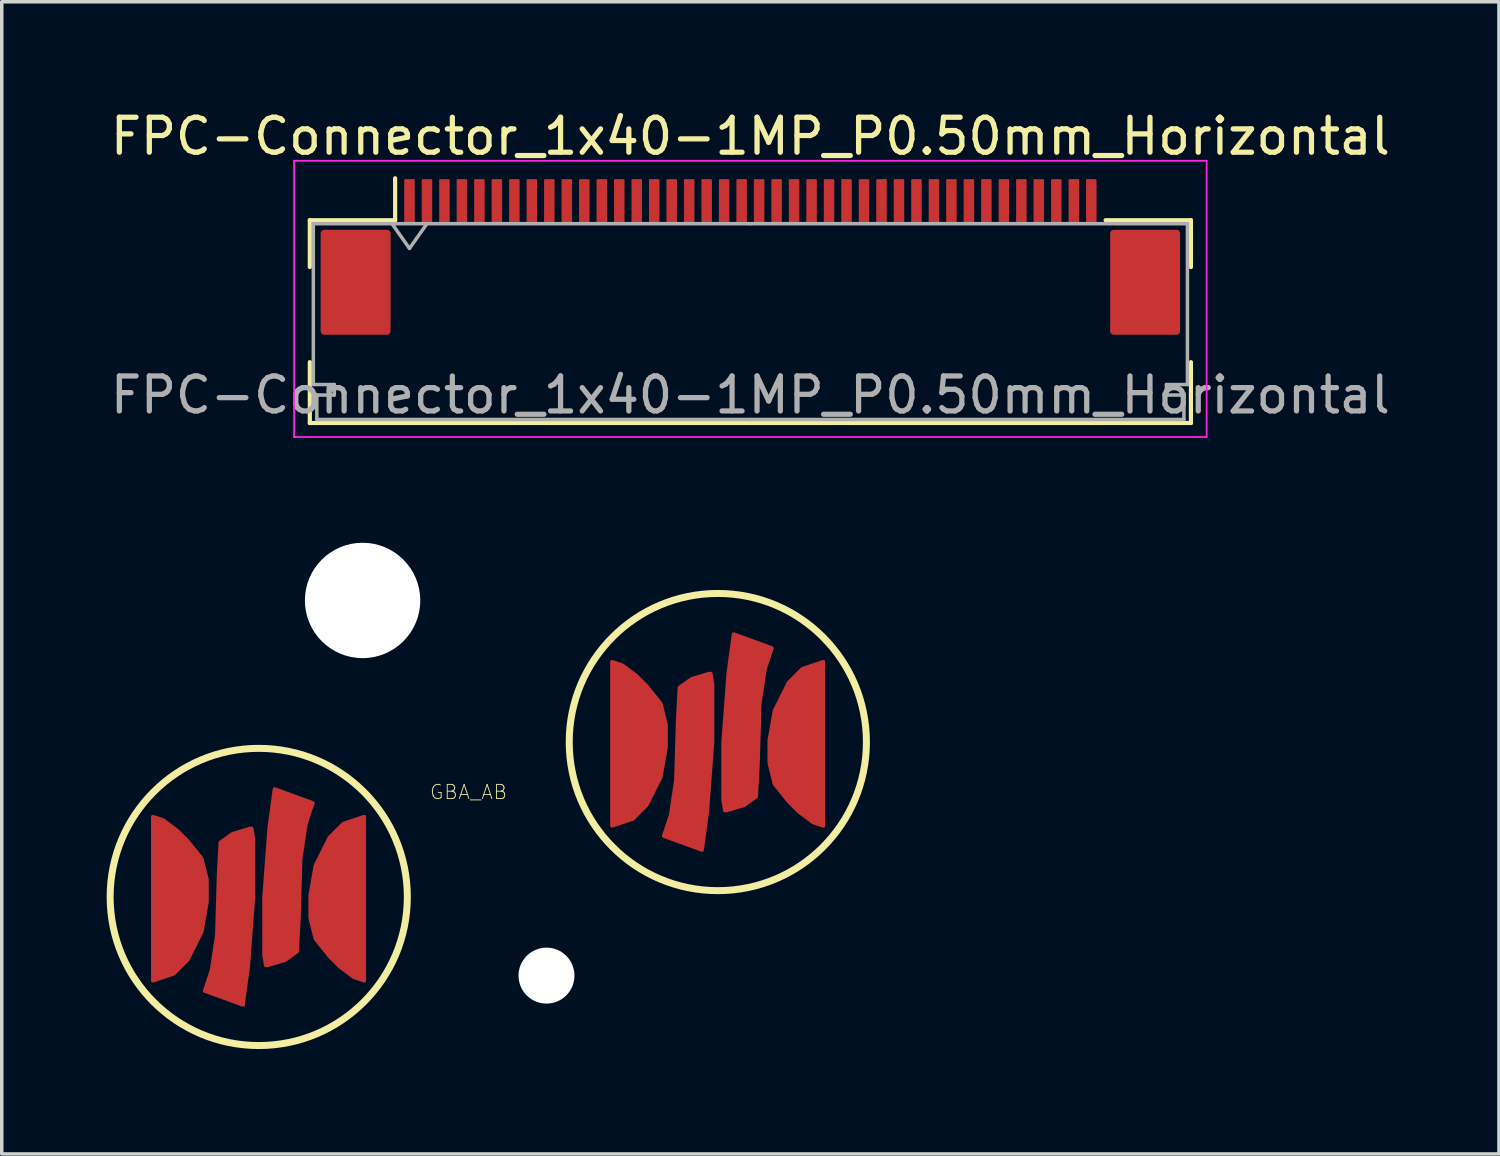
<source format=kicad_pcb>
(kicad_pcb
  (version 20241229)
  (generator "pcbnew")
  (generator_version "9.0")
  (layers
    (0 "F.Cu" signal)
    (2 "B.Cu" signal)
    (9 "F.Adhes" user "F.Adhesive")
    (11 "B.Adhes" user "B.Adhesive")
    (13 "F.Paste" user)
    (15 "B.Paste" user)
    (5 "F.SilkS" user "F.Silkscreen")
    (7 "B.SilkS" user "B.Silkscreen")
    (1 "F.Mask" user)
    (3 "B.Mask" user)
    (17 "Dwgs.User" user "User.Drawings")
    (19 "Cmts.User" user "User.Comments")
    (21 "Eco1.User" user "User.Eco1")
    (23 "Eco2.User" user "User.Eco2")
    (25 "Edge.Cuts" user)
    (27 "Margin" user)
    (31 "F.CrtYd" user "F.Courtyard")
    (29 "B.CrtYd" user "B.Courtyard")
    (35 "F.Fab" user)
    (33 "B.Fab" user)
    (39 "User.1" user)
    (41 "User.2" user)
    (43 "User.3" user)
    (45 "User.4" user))
  (footprint "GBA_AB"
    (layer "F.Cu")
    (at 4.35 22.603)
    (property "Reference" "GBA_AB" (at 6 -3 0) (layer "F.SilkS") (effects (font (size 0.406 0.406) (thickness 0.025))))
    (attr smd)
    (fp_circle (center 0 0) (end 4.25 0) (stroke (width 0.2) (type default)) (fill no) (layer "F.SilkS"))
    (fp_circle (center 13.13 -4.43) (end 17.38 -4.43) (stroke (width 0.2) (type default)) (fill no) (layer "F.SilkS"))
    (pad "" np_thru_hole circle (at 2.97 -8.48) (size 3.3 3.3) (drill 3.3) (layers "*.Cu" "*.Mask"))
    (pad "" np_thru_hole circle (at 8.23 2.25) (size 1.6 1.6) (drill 1.6) (layers "*.Cu" "*.Mask"))
    (pad "1" smd custom (at -2.33 -0.1) (size 0.6 0.6) (layers "F.Cu" "F.Mask") (options (anchor circle)) (primitives (gr_poly (pts (xy -0.3 -0.15) (xy -0.289 -0.207) (xy -0.256 -0.256) (xy -0.207 -0.289) (xy -0.15 -0.3) (xy 0.15 -0.3) (xy 0.207 -0.289) (xy 0.256 -0.256) (xy 0.289 -0.207) (xy 0.3 -0.15) (xy 0.3 0.15) (xy 0.289 0.207) (xy 0.256 0.256) (xy 0.207 0.289) (xy 0.15 0.3) (xy -0.15 0.3) (xy -0.207 0.289) (xy -0.256 0.256) (xy -0.289 0.207) (xy -0.3 0.15)) (width 0) (fill yes)) (gr_poly (pts (xy -0.7 -2.2) (xy -0.7 2.5) (xy -0.1 2.3) (xy 0.3 1.9) (xy 0.7 1.1) (xy 0.85 0.25) (xy 0.85 -0.4) (xy 0.7 -1) (xy 0.3 -1.5) (xy 0 -1.8) (xy -0.4 -2.1)) (width 0.1) (fill yes))))
    (pad "1" smd custom (at 0.65 -0.14) (size 0.6 0.6) (layers "F.Cu" "F.Mask") (options (anchor circle)) (primitives (gr_poly (pts (xy -0.3 -0.15) (xy -0.289 -0.207) (xy -0.256 -0.256) (xy -0.207 -0.289) (xy -0.15 -0.3) (xy 0.15 -0.3) (xy 0.207 -0.289) (xy 0.256 -0.256) (xy 0.289 -0.207) (xy 0.3 -0.15) (xy 0.3 0.15) (xy 0.289 0.207) (xy 0.256 0.256) (xy 0.207 0.289) (xy 0.15 0.3) (xy -0.15 0.3) (xy -0.207 0.289) (xy -0.256 0.256) (xy -0.289 0.207) (xy -0.3 0.15)) (width 0) (fill yes)) (gr_poly (pts (xy -0.4 2.1) (xy 0.1 1.95) (xy 0.45 1.7) (xy 0.5 0.75) (xy 0.55 -0.95) (xy 0.7 -1.95) (xy 0.9 -2.55) (xy -0.2 -2.95) (xy -0.35 -1.85) (xy -0.5 0.15) (xy -0.5 1.8) (xy -0.45 2.1)) (width 0.1) (fill yes))))
    (pad "2" smd custom (at 10.8 -4.53) (size 0.6 0.6) (layers "F.Cu" "F.Mask") (options (anchor circle)) (primitives (gr_poly (pts (xy -0.3 -0.15) (xy -0.289 -0.207) (xy -0.256 -0.256) (xy -0.207 -0.289) (xy -0.15 -0.3) (xy 0.15 -0.3) (xy 0.207 -0.289) (xy 0.256 -0.256) (xy 0.289 -0.207) (xy 0.3 -0.15) (xy 0.3 0.15) (xy 0.289 0.207) (xy 0.256 0.256) (xy 0.207 0.289) (xy 0.15 0.3) (xy -0.15 0.3) (xy -0.207 0.289) (xy -0.256 0.256) (xy -0.289 0.207) (xy -0.3 0.15)) (width 0) (fill yes)) (gr_poly (pts (xy -0.7 -2.2) (xy -0.7 2.5) (xy -0.1 2.3) (xy 0.3 1.9) (xy 0.7 1.1) (xy 0.85 0.25) (xy 0.85 -0.4) (xy 0.7 -1) (xy 0.3 -1.5) (xy 0 -1.8) (xy -0.4 -2.1)) (width 0.1) (fill yes))))
    (pad "2" smd custom (at 13.78 -4.57) (size 0.6 0.6) (layers "F.Cu" "F.Mask") (options (anchor circle)) (primitives (gr_poly (pts (xy -0.3 -0.15) (xy -0.289 -0.207) (xy -0.256 -0.256) (xy -0.207 -0.289) (xy -0.15 -0.3) (xy 0.15 -0.3) (xy 0.207 -0.289) (xy 0.256 -0.256) (xy 0.289 -0.207) (xy 0.3 -0.15) (xy 0.3 0.15) (xy 0.289 0.207) (xy 0.256 0.256) (xy 0.207 0.289) (xy 0.15 0.3) (xy -0.15 0.3) (xy -0.207 0.289) (xy -0.256 0.256) (xy -0.289 0.207) (xy -0.3 0.15)) (width 0) (fill yes)) (gr_poly (pts (xy -0.4 2.1) (xy 0.1 1.95) (xy 0.45 1.7) (xy 0.5 0.75) (xy 0.55 -0.95) (xy 0.7 -1.95) (xy 0.9 -2.55) (xy -0.2 -2.95) (xy -0.35 -1.85) (xy -0.5 0.15) (xy -0.5 1.8) (xy -0.45 2.1)) (width 0.1) (fill yes))))
    (pad "3" smd custom (at -0.7 -0.36) (size 0.6 0.6) (layers "F.Cu" "F.Mask") (options (anchor circle)) (primitives (gr_poly (pts (xy -0.3 -0.15) (xy -0.289 -0.207) (xy -0.256 -0.256) (xy -0.207 -0.289) (xy -0.15 -0.3) (xy 0.15 -0.3) (xy 0.207 -0.289) (xy 0.256 -0.256) (xy 0.289 -0.207) (xy 0.3 -0.15) (xy 0.3 0.15) (xy 0.289 0.207) (xy 0.256 0.256) (xy 0.207 0.289) (xy 0.15 0.3) (xy -0.15 0.3) (xy -0.207 0.289) (xy -0.256 0.256) (xy -0.289 0.207) (xy -0.3 0.15)) (width 0) (fill yes)) (gr_poly (pts (xy 0.45 -1.6) (xy -0.05 -1.45) (xy -0.4 -1.2) (xy -0.45 -0.25) (xy -0.5 1.45) (xy -0.65 2.45) (xy -0.85 3.05) (xy 0.25 3.45) (xy 0.4 2.35) (xy 0.55 0.35) (xy 0.55 -1.3) (xy 0.5 -1.6)) (width 0.1) (fill yes))))
    (pad "3" smd custom (at 2.27 0) (size 0.6 0.6) (layers "F.Cu" "F.Mask") (options (anchor circle)) (primitives (gr_poly (pts (xy -0.3 -0.15) (xy -0.289 -0.207) (xy -0.256 -0.256) (xy -0.207 -0.289) (xy -0.15 -0.3) (xy 0.15 -0.3) (xy 0.207 -0.289) (xy 0.256 -0.256) (xy 0.289 -0.207) (xy 0.3 -0.15) (xy 0.3 0.15) (xy 0.289 0.207) (xy 0.256 0.256) (xy 0.207 0.289) (xy 0.15 0.3) (xy -0.15 0.3) (xy -0.207 0.289) (xy -0.256 0.256) (xy -0.289 0.207) (xy -0.3 0.15)) (width 0) (fill yes)) (gr_poly (pts (xy 0.75 2.4) (xy 0.75 -2.3) (xy 0.15 -2.1) (xy -0.25 -1.7) (xy -0.65 -0.9) (xy -0.8 -0.05) (xy -0.8 0.6) (xy -0.65 1.2) (xy -0.25 1.7) (xy 0.05 2) (xy 0.45 2.3)) (width 0.1) (fill yes))))
    (pad "3" smd custom (at 12.43 -4.79) (size 0.6 0.6) (layers "F.Cu" "F.Mask") (options (anchor circle)) (primitives (gr_poly (pts (xy -0.3 -0.15) (xy -0.289 -0.207) (xy -0.256 -0.256) (xy -0.207 -0.289) (xy -0.15 -0.3) (xy 0.15 -0.3) (xy 0.207 -0.289) (xy 0.256 -0.256) (xy 0.289 -0.207) (xy 0.3 -0.15) (xy 0.3 0.15) (xy 0.289 0.207) (xy 0.256 0.256) (xy 0.207 0.289) (xy 0.15 0.3) (xy -0.15 0.3) (xy -0.207 0.289) (xy -0.256 0.256) (xy -0.289 0.207) (xy -0.3 0.15)) (width 0) (fill yes)) (gr_poly (pts (xy 0.45 -1.6) (xy -0.05 -1.45) (xy -0.4 -1.2) (xy -0.45 -0.25) (xy -0.5 1.45) (xy -0.65 2.45) (xy -0.85 3.05) (xy 0.25 3.45) (xy 0.4 2.35) (xy 0.55 0.35) (xy 0.55 -1.3) (xy 0.5 -1.6)) (width 0.1) (fill yes))))
    (pad "3" smd custom (at 15.4 -4.43) (size 0.6 0.6) (layers "F.Cu" "F.Mask") (options (anchor circle)) (primitives (gr_poly (pts (xy -0.3 -0.15) (xy -0.289 -0.207) (xy -0.256 -0.256) (xy -0.207 -0.289) (xy -0.15 -0.3) (xy 0.15 -0.3) (xy 0.207 -0.289) (xy 0.256 -0.256) (xy 0.289 -0.207) (xy 0.3 -0.15) (xy 0.3 0.15) (xy 0.289 0.207) (xy 0.256 0.256) (xy 0.207 0.289) (xy 0.15 0.3) (xy -0.15 0.3) (xy -0.207 0.289) (xy -0.256 0.256) (xy -0.289 0.207) (xy -0.3 0.15)) (width 0) (fill yes)) (gr_poly (pts (xy 0.75 2.4) (xy 0.75 -2.3) (xy 0.15 -2.1) (xy -0.25 -1.7) (xy -0.65 -0.9) (xy -0.8 -0.05) (xy -0.8 0.6) (xy -0.65 1.2) (xy -0.25 1.7) (xy 0.05 2) (xy 0.45 2.3)) (width 0.1) (fill yes)))))
  (footprint "FPC-Connector_1x40-1MP_P0.50mm_Horizontal"
    (layer "F.Cu")
    (at 18.411 4.548)
    (property "Reference" "FPC-Connector_1x40-1MP_P0.50mm_Horizontal" (at 0 -3.7 0) (layer "F.SilkS") (effects (font (size 1 1) (thickness 0.15))))
    (attr smd)
    (fp_line (start -12.6 -1.3) (end -12.6 0.04) (stroke (width 0.12) (type solid)) (layer "F.SilkS"))
    (fp_line (start -12.6 2.76) (end -12.6 4.5) (stroke (width 0.12) (type solid)) (layer "F.SilkS"))
    (fp_line (start -12.6 4.5) (end 12.6 4.5) (stroke (width 0.12) (type solid)) (layer "F.SilkS"))
    (fp_line (start -10.16 -1.3) (end -12.6 -1.3) (stroke (width 0.12) (type solid)) (layer "F.SilkS"))
    (fp_line (start -10.16 -1.3) (end -10.16 -2.5) (stroke (width 0.12) (type solid)) (layer "F.SilkS"))
    (fp_line (start 10.16 -1.3) (end 12.6 -1.3) (stroke (width 0.12) (type solid)) (layer "F.SilkS"))
    (fp_line (start 12.6 -1.3) (end 12.6 0.04) (stroke (width 0.12) (type solid)) (layer "F.SilkS"))
    (fp_line (start 12.6 4.5) (end 12.6 2.76) (stroke (width 0.12) (type solid)) (layer "F.SilkS"))
    (fp_line (start -13.05 -3) (end -13.05 4.9) (stroke (width 0.05) (type solid)) (layer "F.CrtYd"))
    (fp_line (start -13.05 4.9) (end 13.05 4.9) (stroke (width 0.05) (type solid)) (layer "F.CrtYd"))
    (fp_line (start 13.05 -3) (end -13.05 -3) (stroke (width 0.05) (type solid)) (layer "F.CrtYd"))
    (fp_line (start 13.05 4.9) (end 13.05 -3) (stroke (width 0.05) (type solid)) (layer "F.CrtYd"))
    (fp_line (start -12.5 -1.2) (end -12.5 3.4) (stroke (width 0.1) (type solid)) (layer "F.Fab"))
    (fp_line (start -12.5 3.4) (end -11.9 3.4) (stroke (width 0.1) (type solid)) (layer "F.Fab"))
    (fp_line (start -12.4 3.7) (end -12.4 4.4) (stroke (width 0.1) (type solid)) (layer "F.Fab"))
    (fp_line (start -12.4 4.4) (end 0 4.4) (stroke (width 0.1) (type solid)) (layer "F.Fab"))
    (fp_line (start -11.9 3.4) (end -11.9 3.7) (stroke (width 0.1) (type solid)) (layer "F.Fab"))
    (fp_line (start -11.9 3.7) (end -12.4 3.7) (stroke (width 0.1) (type solid)) (layer "F.Fab"))
    (fp_line (start -10.25 -1.2) (end -9.75 -0.493) (stroke (width 0.1) (type solid)) (layer "F.Fab"))
    (fp_line (start -9.75 -0.493) (end -9.25 -1.2) (stroke (width 0.1) (type solid)) (layer "F.Fab"))
    (fp_line (start 0 -1.2) (end -12.5 -1.2) (stroke (width 0.1) (type solid)) (layer "F.Fab"))
    (fp_line (start 0 -1.2) (end 12.5 -1.2) (stroke (width 0.1) (type solid)) (layer "F.Fab"))
    (fp_line (start 11.9 3.4) (end 11.9 3.7) (stroke (width 0.1) (type solid)) (layer "F.Fab"))
    (fp_line (start 11.9 3.7) (end 12.4 3.7) (stroke (width 0.1) (type solid)) (layer "F.Fab"))
    (fp_line (start 12.4 3.7) (end 12.4 4.4) (stroke (width 0.1) (type solid)) (layer "F.Fab"))
    (fp_line (start 12.4 4.4) (end 0 4.4) (stroke (width 0.1) (type solid)) (layer "F.Fab"))
    (fp_line (start 12.5 -1.2) (end 12.5 3.4) (stroke (width 0.1) (type solid)) (layer "F.Fab"))
    (fp_line (start 12.5 3.4) (end 11.9 3.4) (stroke (width 0.1) (type solid)) (layer "F.Fab"))
    (fp_text user "${REFERENCE}" (at 0 3.7 0) (layer "F.Fab") (effects (font (size 1 1) (thickness 0.15))))
    (pad "1" smd roundrect (at 9.75 -1.85) (size 0.3 1.25) (layers "F.Cu" "F.Mask" "F.Paste") (roundrect_rratio 0.1))
    (pad "2" smd roundrect (at 9.25 -1.85) (size 0.3 1.25) (layers "F.Cu" "F.Mask" "F.Paste") (roundrect_rratio 0.1))
    (pad "3" smd roundrect (at 8.75 -1.85) (size 0.3 1.25) (layers "F.Cu" "F.Mask" "F.Paste") (roundrect_rratio 0.1))
    (pad "4" smd roundrect (at 8.25 -1.85) (size 0.3 1.25) (layers "F.Cu" "F.Mask" "F.Paste") (roundrect_rratio 0.1))
    (pad "5" smd roundrect (at 7.75 -1.85) (size 0.3 1.25) (layers "F.Cu" "F.Mask" "F.Paste") (roundrect_rratio 0.1))
    (pad "6" smd roundrect (at 7.25 -1.85) (size 0.3 1.25) (layers "F.Cu" "F.Mask" "F.Paste") (roundrect_rratio 0.1))
    (pad "7" smd roundrect (at 6.75 -1.85) (size 0.3 1.25) (layers "F.Cu" "F.Mask" "F.Paste") (roundrect_rratio 0.1))
    (pad "8" smd roundrect (at 6.25 -1.85) (size 0.3 1.25) (layers "F.Cu" "F.Mask" "F.Paste") (roundrect_rratio 0.1))
    (pad "9" smd roundrect (at 5.75 -1.85) (size 0.3 1.25) (layers "F.Cu" "F.Mask" "F.Paste") (roundrect_rratio 0.1))
    (pad "10" smd roundrect (at 5.25 -1.85) (size 0.3 1.25) (layers "F.Cu" "F.Mask" "F.Paste") (roundrect_rratio 0.1))
    (pad "11" smd roundrect (at 4.75 -1.85) (size 0.3 1.25) (layers "F.Cu" "F.Mask" "F.Paste") (roundrect_rratio 0.1))
    (pad "12" smd roundrect (at 4.25 -1.85) (size 0.3 1.25) (layers "F.Cu" "F.Mask" "F.Paste") (roundrect_rratio 0.1))
    (pad "13" smd roundrect (at 3.75 -1.85) (size 0.3 1.25) (layers "F.Cu" "F.Mask" "F.Paste") (roundrect_rratio 0.1))
    (pad "14" smd roundrect (at 3.25 -1.85) (size 0.3 1.25) (layers "F.Cu" "F.Mask" "F.Paste") (roundrect_rratio 0.1))
    (pad "15" smd roundrect (at 2.75 -1.85) (size 0.3 1.25) (layers "F.Cu" "F.Mask" "F.Paste") (roundrect_rratio 0.1))
    (pad "16" smd roundrect (at 2.25 -1.85) (size 0.3 1.25) (layers "F.Cu" "F.Mask" "F.Paste") (roundrect_rratio 0.1))
    (pad "17" smd roundrect (at 1.75 -1.85) (size 0.3 1.25) (layers "F.Cu" "F.Mask" "F.Paste") (roundrect_rratio 0.1))
    (pad "18" smd roundrect (at 1.25 -1.85) (size 0.3 1.25) (layers "F.Cu" "F.Mask" "F.Paste") (roundrect_rratio 0.1))
    (pad "19" smd roundrect (at 0.75 -1.85) (size 0.3 1.25) (layers "F.Cu" "F.Mask" "F.Paste") (roundrect_rratio 0.1))
    (pad "20" smd roundrect (at 0.25 -1.85) (size 0.3 1.25) (layers "F.Cu" "F.Mask" "F.Paste") (roundrect_rratio 0.1))
    (pad "21" smd roundrect (at -0.25 -1.85) (size 0.3 1.25) (layers "F.Cu" "F.Mask" "F.Paste") (roundrect_rratio 0.1))
    (pad "22" smd roundrect (at -0.75 -1.85) (size 0.3 1.25) (layers "F.Cu" "F.Mask" "F.Paste") (roundrect_rratio 0.1))
    (pad "23" smd roundrect (at -1.25 -1.85) (size 0.3 1.25) (layers "F.Cu" "F.Mask" "F.Paste") (roundrect_rratio 0.1))
    (pad "24" smd roundrect (at -1.75 -1.85) (size 0.3 1.25) (layers "F.Cu" "F.Mask" "F.Paste") (roundrect_rratio 0.1))
    (pad "25" smd roundrect (at -2.25 -1.85) (size 0.3 1.25) (layers "F.Cu" "F.Mask" "F.Paste") (roundrect_rratio 0.1))
    (pad "26" smd roundrect (at -2.75 -1.85) (size 0.3 1.25) (layers "F.Cu" "F.Mask" "F.Paste") (roundrect_rratio 0.1))
    (pad "27" smd roundrect (at -3.25 -1.85) (size 0.3 1.25) (layers "F.Cu" "F.Mask" "F.Paste") (roundrect_rratio 0.1))
    (pad "28" smd roundrect (at -3.75 -1.85) (size 0.3 1.25) (layers "F.Cu" "F.Mask" "F.Paste") (roundrect_rratio 0.1))
    (pad "29" smd roundrect (at -4.25 -1.85) (size 0.3 1.25) (layers "F.Cu" "F.Mask" "F.Paste") (roundrect_rratio 0.1))
    (pad "30" smd roundrect (at -4.75 -1.85) (size 0.3 1.25) (layers "F.Cu" "F.Mask" "F.Paste") (roundrect_rratio 0.1))
    (pad "31" smd roundrect (at -5.25 -1.85) (size 0.3 1.25) (layers "F.Cu" "F.Mask" "F.Paste") (roundrect_rratio 0.1))
    (pad "32" smd roundrect (at -5.75 -1.85) (size 0.3 1.25) (layers "F.Cu" "F.Mask" "F.Paste") (roundrect_rratio 0.1))
    (pad "33" smd roundrect (at -6.25 -1.85) (size 0.3 1.25) (layers "F.Cu" "F.Mask" "F.Paste") (roundrect_rratio 0.1))
    (pad "34" smd roundrect (at -6.75 -1.85) (size 0.3 1.25) (layers "F.Cu" "F.Mask" "F.Paste") (roundrect_rratio 0.1))
    (pad "35" smd roundrect (at -7.25 -1.85) (size 0.3 1.25) (layers "F.Cu" "F.Mask" "F.Paste") (roundrect_rratio 0.1))
    (pad "36" smd roundrect (at -7.75 -1.85) (size 0.3 1.25) (layers "F.Cu" "F.Mask" "F.Paste") (roundrect_rratio 0.1))
    (pad "37" smd roundrect (at -8.25 -1.85) (size 0.3 1.25) (layers "F.Cu" "F.Mask" "F.Paste") (roundrect_rratio 0.1))
    (pad "38" smd roundrect (at -8.75 -1.85) (size 0.3 1.25) (layers "F.Cu" "F.Mask" "F.Paste") (roundrect_rratio 0.1))
    (pad "39" smd roundrect (at -9.25 -1.85) (size 0.3 1.25) (layers "F.Cu" "F.Mask" "F.Paste") (roundrect_rratio 0.1))
    (pad "40" smd roundrect (at -9.75 -1.85) (size 0.3 1.25) (layers "F.Cu" "F.Mask" "F.Paste") (roundrect_rratio 0.1))
    (pad "MH" smd roundrect (at -11.29 0.475) (size 2 3) (layers "F.Cu" "F.Mask" "F.Paste") (roundrect_rratio 0.05))
    (pad "MH" smd roundrect (at 11.29 0.475) (size 2 3) (layers "F.Cu" "F.Mask" "F.Paste") (roundrect_rratio 0.05)))
  (gr_rect
    (start -3 -3)
    (end 39.821 29.953)
    (stroke (width 0.1) (type default))
    (fill no)
    (layer "Edge.Cuts")))
</source>
